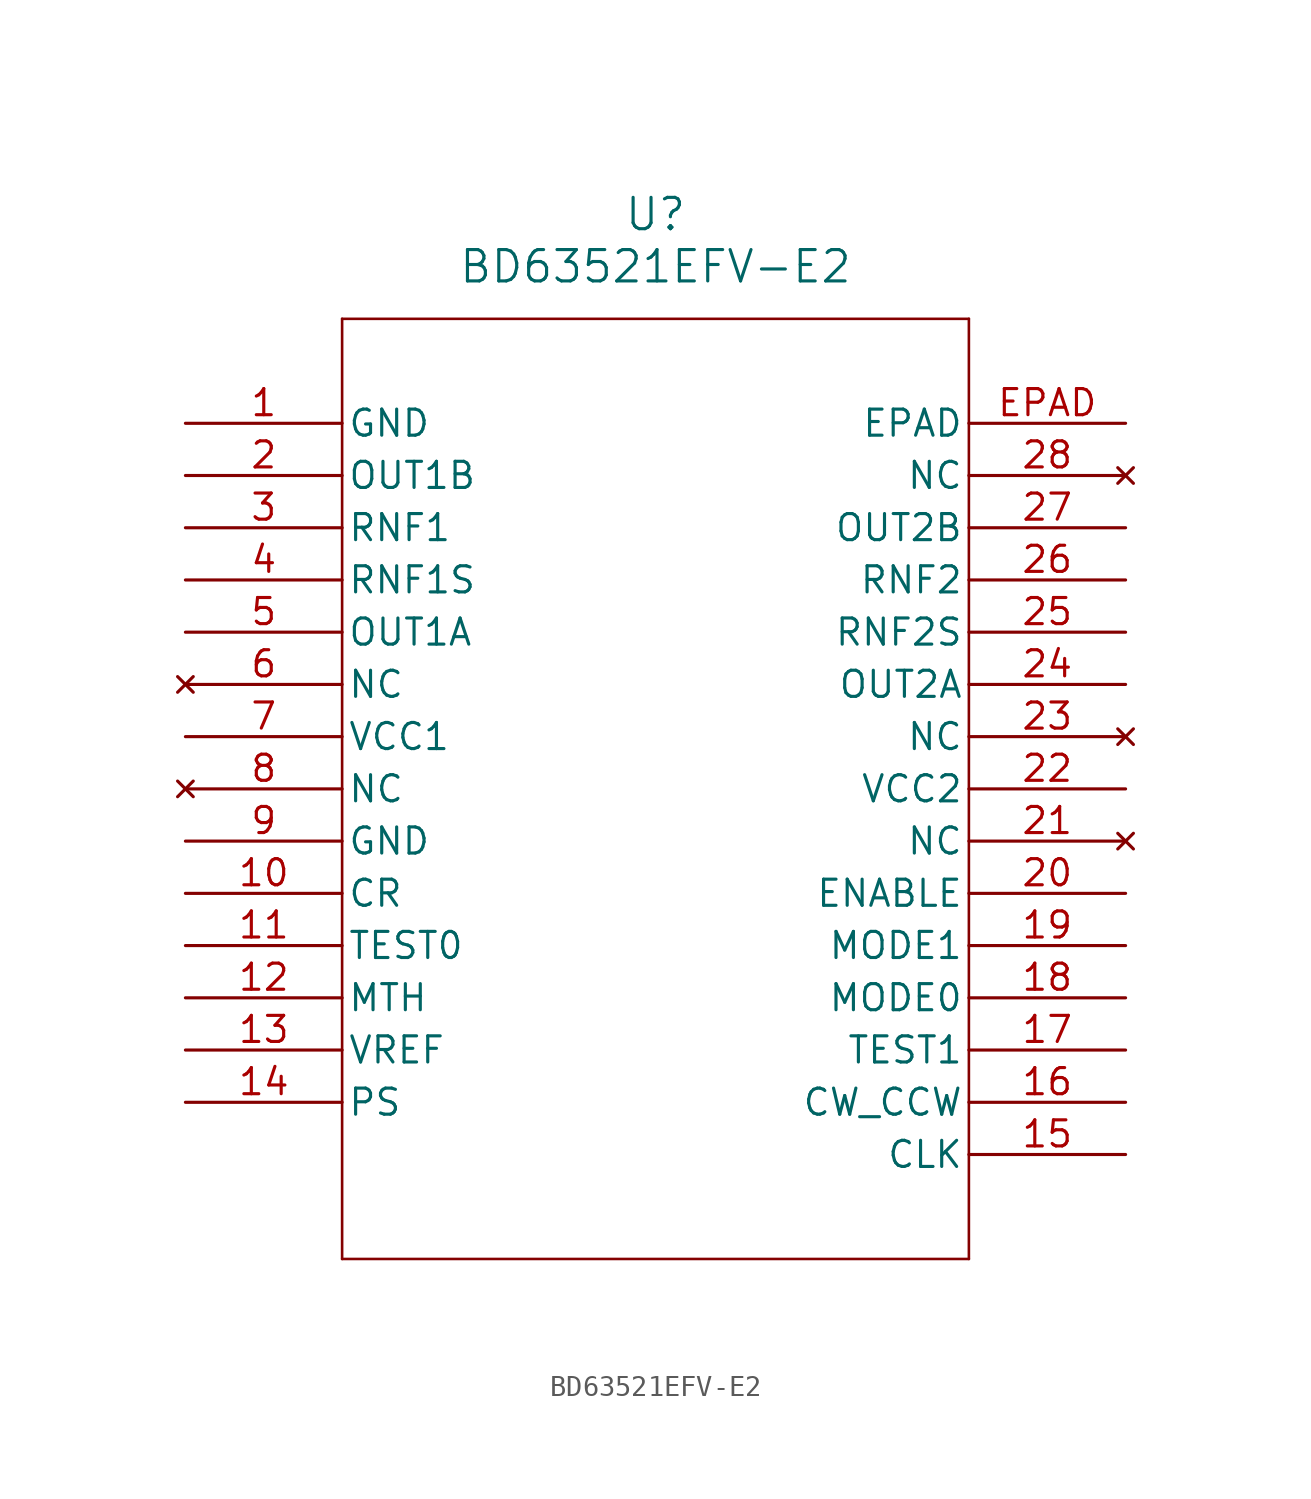
<source format=kicad_sym>
(kicad_symbol_lib
  (version 20211014)
  (generator kicad_symbol_editor)
  (symbol "BD63521EFV-E2"
    (pin_names
      (offset 0.254))
    (property "Reference" "U"
      (at 22.86 10.16 0)
      (effects (font (size 1.524 1.524))))
    (property "Value" "BD63521EFV-E2"
      (at 22.86 7.62 0)
      (effects (font (size 1.524 1.524))))
    (symbol "BD63521EFV-E2_0_1"
      (polyline (pts (xy 7.62 5.08) (xy 7.62 -40.64)) (stroke (width 0.127) (type default) (color 0 0 0 0)) (fill (type none)))
      (polyline (pts (xy 7.62 -40.64) (xy 38.1 -40.64)) (stroke (width 0.127) (type default) (color 0 0 0 0)) (fill (type none)))
      (polyline (pts (xy 38.1 -40.64) (xy 38.1 5.08)) (stroke (width 0.127) (type default) (color 0 0 0 0)) (fill (type none)))
      (polyline (pts (xy 38.1 5.08) (xy 7.62 5.08)) (stroke (width 0.127) (type default) (color 0 0 0 0)) (fill (type none)))
      (pin power_out line (at 0 0 0) (length 7.62) (name "GND" (effects (font (size 1.27 1.27)))) (number "1" (effects (font (size 1.27 1.27)))))
      (pin output line (at 0 -2.54 0) (length 7.62) (name "OUT1B" (effects (font (size 1.27 1.27)))) (number "2" (effects (font (size 1.27 1.27)))))
      (pin bidirectional line (at 0 -5.08 0) (length 7.62) (name "RNF1" (effects (font (size 1.27 1.27)))) (number "3" (effects (font (size 1.27 1.27)))))
      (pin bidirectional line (at 0 -7.62 0) (length 7.62) (name "RNF1S" (effects (font (size 1.27 1.27)))) (number "4" (effects (font (size 1.27 1.27)))))
      (pin output line (at 0 -10.16 0) (length 7.62) (name "OUT1A" (effects (font (size 1.27 1.27)))) (number "5" (effects (font (size 1.27 1.27)))))
      (pin no_connect line (at 0 -12.7 0) (length 7.62) (name "NC" (effects (font (size 1.27 1.27)))) (number "6" (effects (font (size 1.27 1.27)))))
      (pin power_in line (at 0 -15.24 0) (length 7.62) (name "VCC1" (effects (font (size 1.27 1.27)))) (number "7" (effects (font (size 1.27 1.27)))))
      (pin no_connect line (at 0 -17.78 0) (length 7.62) (name "NC" (effects (font (size 1.27 1.27)))) (number "8" (effects (font (size 1.27 1.27)))))
      (pin power_out line (at 0 -20.32 0) (length 7.62) (name "GND" (effects (font (size 1.27 1.27)))) (number "9" (effects (font (size 1.27 1.27)))))
      (pin unspecified line (at 0 -22.86 0) (length 7.62) (name "CR" (effects (font (size 1.27 1.27)))) (number "10" (effects (font (size 1.27 1.27)))))
      (pin bidirectional line (at 0 -25.4 0) (length 7.62) (name "TEST0" (effects (font (size 1.27 1.27)))) (number "11" (effects (font (size 1.27 1.27)))))
      (pin unspecified line (at 0 -27.94 0) (length 7.62) (name "MTH" (effects (font (size 1.27 1.27)))) (number "12" (effects (font (size 1.27 1.27)))))
      (pin power_in line (at 0 -30.48 0) (length 7.62) (name "VREF" (effects (font (size 1.27 1.27)))) (number "13" (effects (font (size 1.27 1.27)))))
      (pin unspecified line (at 0 -33.02 0) (length 7.62) (name "PS" (effects (font (size 1.27 1.27)))) (number "14" (effects (font (size 1.27 1.27)))))
      (pin unspecified line (at 45.72 -35.56 180) (length 7.62) (name "CLK" (effects (font (size 1.27 1.27)))) (number "15" (effects (font (size 1.27 1.27)))))
      (pin unspecified line (at 45.72 -33.02 180) (length 7.62) (name "CW_CCW" (effects (font (size 1.27 1.27)))) (number "16" (effects (font (size 1.27 1.27)))))
      (pin bidirectional line (at 45.72 -30.48 180) (length 7.62) (name "TEST1" (effects (font (size 1.27 1.27)))) (number "17" (effects (font (size 1.27 1.27)))))
      (pin bidirectional line (at 45.72 -27.94 180) (length 7.62) (name "MODE0" (effects (font (size 1.27 1.27)))) (number "18" (effects (font (size 1.27 1.27)))))
      (pin bidirectional line (at 45.72 -25.4 180) (length 7.62) (name "MODE1" (effects (font (size 1.27 1.27)))) (number "19" (effects (font (size 1.27 1.27)))))
      (pin unspecified line (at 45.72 -22.86 180) (length 7.62) (name "ENABLE" (effects (font (size 1.27 1.27)))) (number "20" (effects (font (size 1.27 1.27)))))
      (pin no_connect line (at 45.72 -20.32 180) (length 7.62) (name "NC" (effects (font (size 1.27 1.27)))) (number "21" (effects (font (size 1.27 1.27)))))
      (pin power_in line (at 45.72 -17.78 180) (length 7.62) (name "VCC2" (effects (font (size 1.27 1.27)))) (number "22" (effects (font (size 1.27 1.27)))))
      (pin no_connect line (at 45.72 -15.24 180) (length 7.62) (name "NC" (effects (font (size 1.27 1.27)))) (number "23" (effects (font (size 1.27 1.27)))))
      (pin output line (at 45.72 -12.7 180) (length 7.62) (name "OUT2A" (effects (font (size 1.27 1.27)))) (number "24" (effects (font (size 1.27 1.27)))))
      (pin bidirectional line (at 45.72 -10.16 180) (length 7.62) (name "RNF2S" (effects (font (size 1.27 1.27)))) (number "25" (effects (font (size 1.27 1.27)))))
      (pin bidirectional line (at 45.72 -7.62 180) (length 7.62) (name "RNF2" (effects (font (size 1.27 1.27)))) (number "26" (effects (font (size 1.27 1.27)))))
      (pin output line (at 45.72 -5.08 180) (length 7.62) (name "OUT2B" (effects (font (size 1.27 1.27)))) (number "27" (effects (font (size 1.27 1.27)))))
      (pin no_connect line (at 45.72 -2.54 180) (length 7.62) (name "NC" (effects (font (size 1.27 1.27)))) (number "28" (effects (font (size 1.27 1.27)))))
      (pin unspecified line (at 45.72 0 180) (length 7.62) (name "EPAD" (effects (font (size 1.27 1.27)))) (number "EPAD" (effects (font (size 1.27 1.27))))))))
</source>
